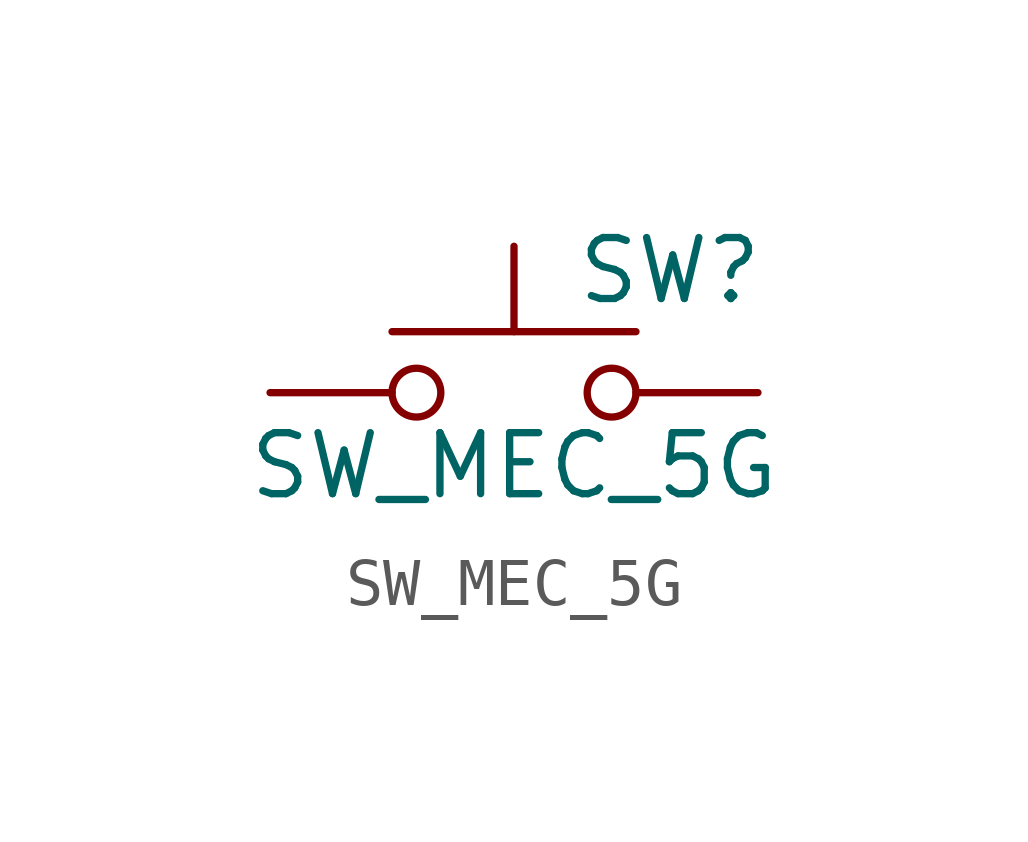
<source format=kicad_sym>
(kicad_symbol_lib
  (version 20241209)
  (generator "kicad_symbol_editor")
  (generator_version "9.0")
  (symbol "SW_MEC_5G"
    (pin_numbers
      (hide yes))
    (pin_names
      (offset 1.016)
      (hide yes))
    (property "Reference" "SW"
      (at 1.27 2.54 0)
      (effects (font (size 1.27 1.27)) (justify left)))
    (property "Value" "SW_MEC_5G"
      (at 0 -1.524 0)
      (effects (font (size 1.27 1.27))))
    (symbol "SW_MEC_5G_0_1"
      (circle (center -2.032 0) (radius 0.508) (stroke (width 0) (type default)) (fill (type none)))
      (polyline (pts (xy 0 1.27) (xy 0 3.048)) (stroke (width 0) (type default)) (fill (type none)))
      (circle (center 2.032 0) (radius 0.508) (stroke (width 0) (type default)) (fill (type none)))
      (polyline (pts (xy 2.54 1.27) (xy -2.54 1.27)) (stroke (width 0) (type default)) (fill (type none)))
      (pin passive line (at -5.08 0 0) (length 2.54) (name "A" (effects (font (size 1.27 1.27)))) (number "1" (effects (font (size 1.27 1.27))))))
    (symbol "SW_MEC_5G_1_1"
      (pin passive line (at -5.08 0 0) (length 2.54) (hide yes) (name "A" (effects (font (size 1.27 1.27)))) (number "2" (effects (font (size 1.27 1.27)))))
      (pin passive line (at 5.08 0 180) (length 2.54) (name "B" (effects (font (size 1.27 1.27)))) (number "2" (effects (font (size 1.27 1.27)))))
      (pin passive line (at 5.08 0 180) (length 2.54) (hide yes) (name "B" (effects (font (size 1.27 1.27)))) (number "4" (effects (font (size 1.27 1.27))))))))
</source>
